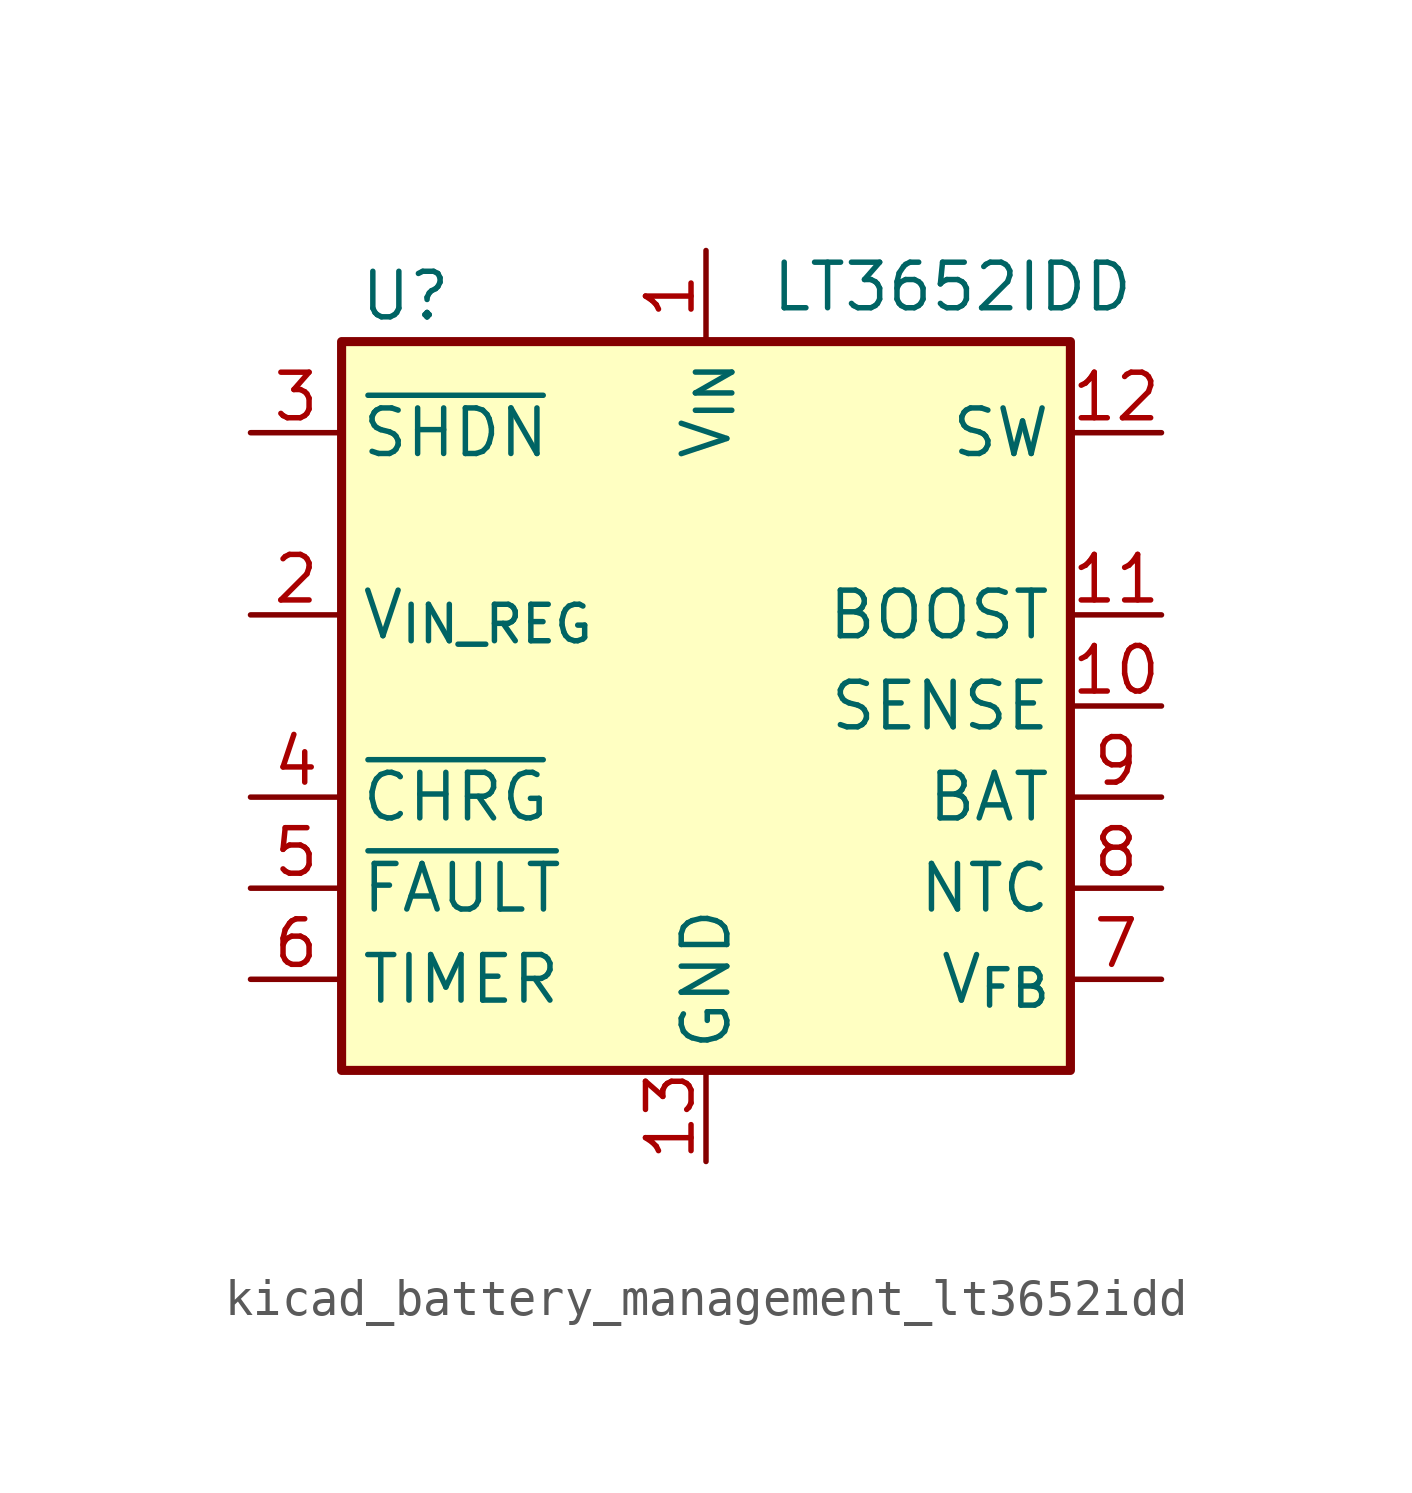
<source format=kicad_sym>
(kicad_symbol_lib
  (version 20220914)
  (generator kicad_symbol_editor)
  (symbol "kicad_battery_management_lt3652idd"
    (property "Reference" "U"
      (at -8.382 11.43 0)
      (effects (font (size 1.27 1.27))))
    (property "Value" "LT3652IDD"
      (at 1.778 11.684 0)
      (effects (font (size 1.27 1.27)) (justify left)))
    (symbol "kicad_battery_management_lt3652idd_0_1"
      (rectangle (start -10.16 10.16) (end 10.16 -10.16) (stroke (width 0.254) (type default)) (fill (type background))))
    (symbol "kicad_battery_management_lt3652idd_1_1"
      (pin power_in line (at 0 12.7 270) (length 2.54) (name "V_{IN}" (effects (font (size 1.27 1.27)))) (number "1" (effects (font (size 1.27 1.27)))))
      (pin input line (at 12.7 0 180) (length 2.54) (name "SENSE" (effects (font (size 1.27 1.27)))) (number "10" (effects (font (size 1.27 1.27)))))
      (pin input line (at 12.7 2.54 180) (length 2.54) (name "BOOST" (effects (font (size 1.27 1.27)))) (number "11" (effects (font (size 1.27 1.27)))))
      (pin output line (at 12.7 7.62 180) (length 2.54) (name "SW" (effects (font (size 1.27 1.27)))) (number "12" (effects (font (size 1.27 1.27)))))
      (pin power_in line (at 0 -12.7 90) (length 2.54) (name "GND" (effects (font (size 1.27 1.27)))) (number "13" (effects (font (size 1.27 1.27)))))
      (pin input line (at -12.7 2.54 0) (length 2.54) (name "V_{IN_REG}" (effects (font (size 1.27 1.27)))) (number "2" (effects (font (size 1.27 1.27)))))
      (pin input line (at -12.7 7.62 0) (length 2.54) (name "~{SHDN}" (effects (font (size 1.27 1.27)))) (number "3" (effects (font (size 1.27 1.27)))))
      (pin open_collector line (at -12.7 -2.54 0) (length 2.54) (name "~{CHRG}" (effects (font (size 1.27 1.27)))) (number "4" (effects (font (size 1.27 1.27)))))
      (pin open_collector line (at -12.7 -5.08 0) (length 2.54) (name "~{FAULT}" (effects (font (size 1.27 1.27)))) (number "5" (effects (font (size 1.27 1.27)))))
      (pin output line (at -12.7 -7.62 0) (length 2.54) (name "TIMER" (effects (font (size 1.27 1.27)))) (number "6" (effects (font (size 1.27 1.27)))))
      (pin input line (at 12.7 -7.62 180) (length 2.54) (name "V_{FB}" (effects (font (size 1.27 1.27)))) (number "7" (effects (font (size 1.27 1.27)))))
      (pin input line (at 12.7 -5.08 180) (length 2.54) (name "NTC" (effects (font (size 1.27 1.27)))) (number "8" (effects (font (size 1.27 1.27)))))
      (pin output line (at 12.7 -2.54 180) (length 2.54) (name "BAT" (effects (font (size 1.27 1.27)))) (number "9" (effects (font (size 1.27 1.27))))))))
</source>
